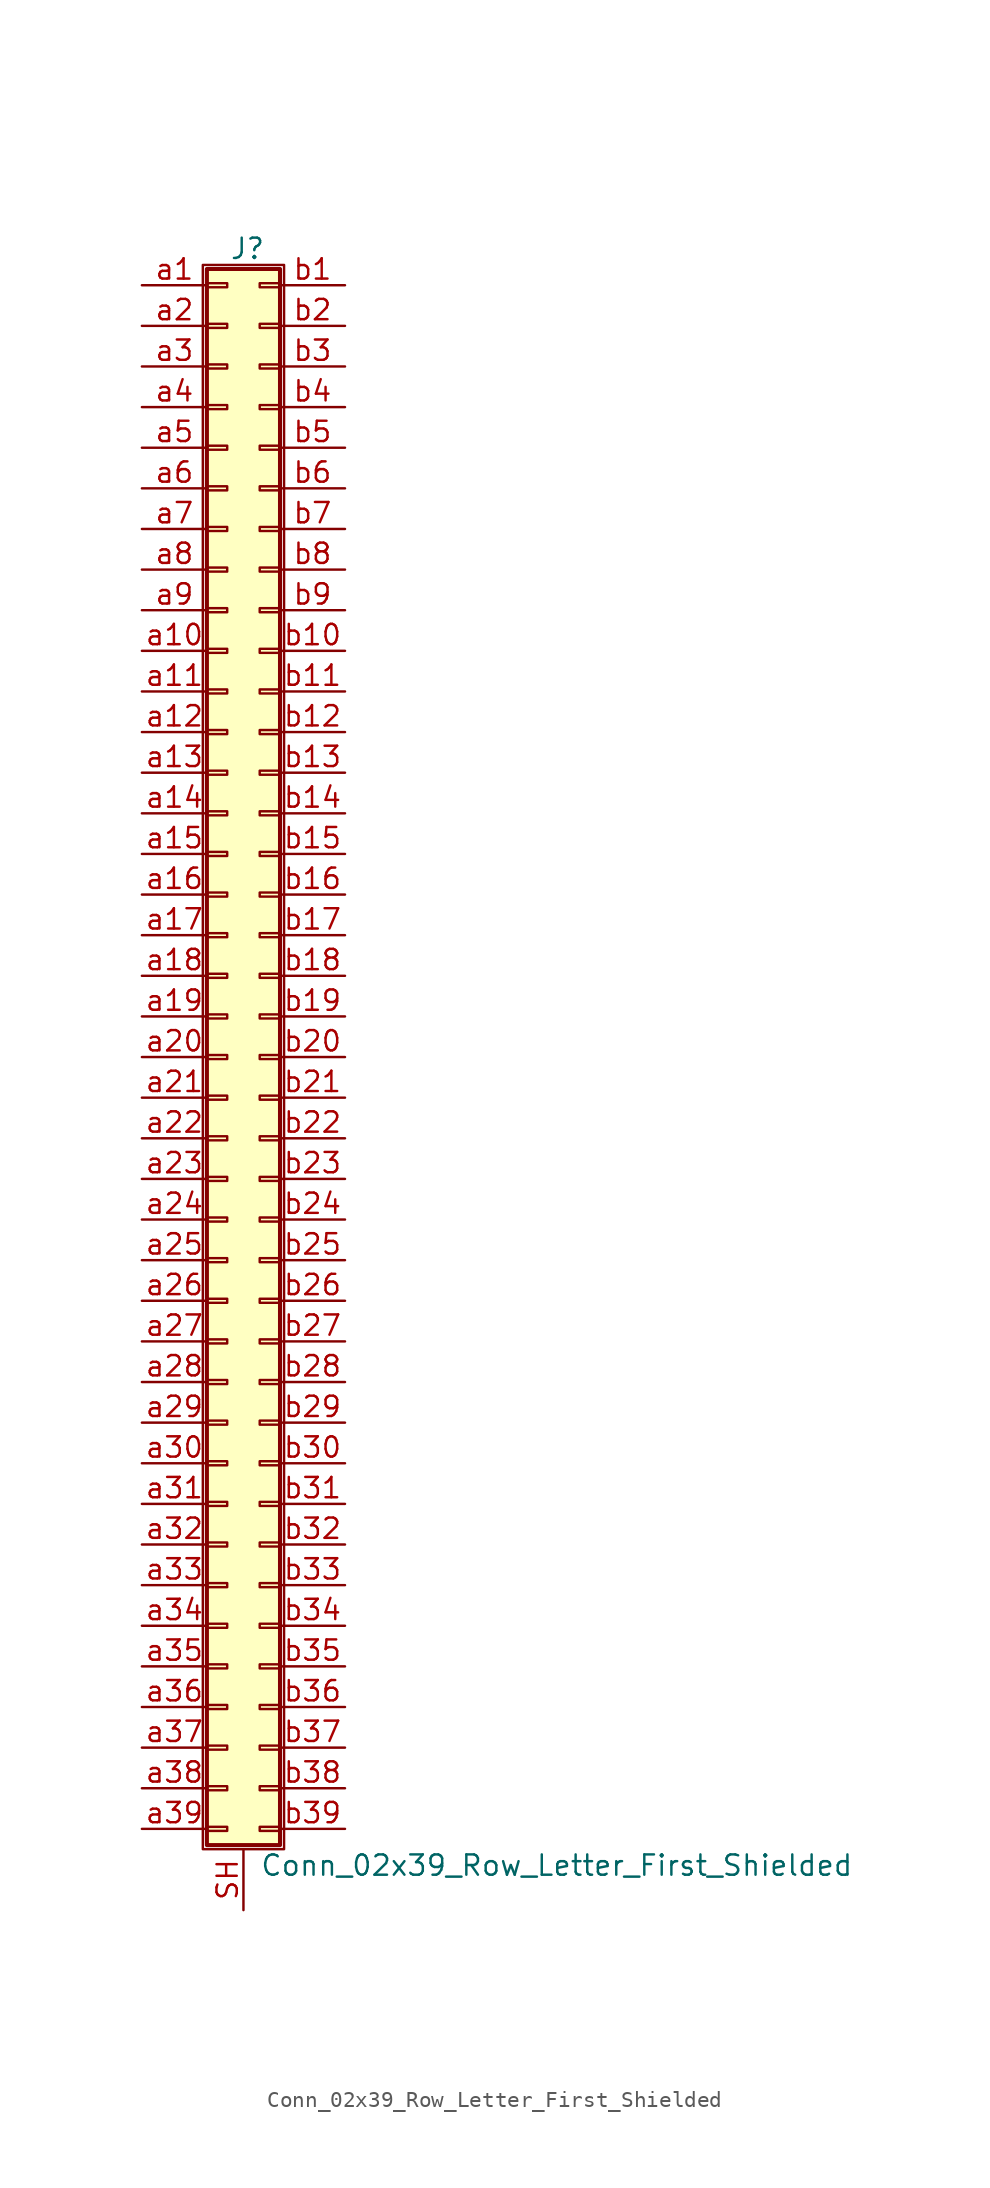
<source format=kicad_sym>
(kicad_symbol_lib
  (version 20201005)
  (generator kicad_symbol_editor)
  (symbol "Connector_Generic_Shielded:Conn_02x39_Row_Letter_First_Shielded"
    (pin_names
      (offset 1.016) hide)
    (property "Reference" "J"
      (at 1.524 50.546 0)
      (effects (font (size 1.27 1.27))))
    (property "Value" "Conn_02x39_Row_Letter_First_Shielded"
      (at 2.286 -50.546 0)
      (effects (font (size 1.27 1.27)) (justify left)))
    (symbol "Conn_02x39_Row_Letter_First_Shielded_1_1"
      (rectangle (start -1.016 -27.813) (end 0.254 -28.067) (stroke (width 0.152)) (fill (type none)))
      (rectangle (start -1.016 -30.353) (end 0.254 -30.607) (stroke (width 0.152)) (fill (type none)))
      (rectangle (start -1.016 -32.893) (end 0.254 -33.147) (stroke (width 0.152)) (fill (type none)))
      (rectangle (start -1.016 -35.433) (end 0.254 -35.687) (stroke (width 0.152)) (fill (type none)))
      (rectangle (start -1.016 -37.973) (end 0.254 -38.227) (stroke (width 0.152)) (fill (type none)))
      (rectangle (start -1.016 -40.513) (end 0.254 -40.767) (stroke (width 0.152)) (fill (type none)))
      (rectangle (start -1.016 -43.053) (end 0.254 -43.307) (stroke (width 0.152)) (fill (type none)))
      (rectangle (start -1.016 -45.593) (end 0.254 -45.847) (stroke (width 0.152)) (fill (type none)))
      (rectangle (start -1.016 -48.133) (end 0.254 -48.387) (stroke (width 0.152)) (fill (type none)))
      (rectangle (start -1.016 -4.953) (end 0.254 -5.207) (stroke (width 0.152)) (fill (type none)))
      (rectangle (start -1.016 -7.493) (end 0.254 -7.747) (stroke (width 0.152)) (fill (type none)))
      (rectangle (start -1.016 -10.033) (end 0.254 -10.287) (stroke (width 0.152)) (fill (type none)))
      (rectangle (start -1.016 -12.573) (end 0.254 -12.827) (stroke (width 0.152)) (fill (type none)))
      (rectangle (start -1.016 -15.113) (end 0.254 -15.367) (stroke (width 0.152)) (fill (type none)))
      (rectangle (start -1.016 -17.653) (end 0.254 -17.907) (stroke (width 0.152)) (fill (type none)))
      (rectangle (start -1.016 -20.193) (end 0.254 -20.447) (stroke (width 0.152)) (fill (type none)))
      (rectangle (start -1.016 -22.733) (end 0.254 -22.987) (stroke (width 0.152)) (fill (type none)))
      (rectangle (start -1.016 -2.413) (end 0.254 -2.667) (stroke (width 0.152)) (fill (type none)))
      (rectangle (start -1.016 -25.273) (end 0.254 -25.527) (stroke (width 0.152)) (fill (type none)))
      (rectangle (start -1.016 25.527) (end 0.254 25.273) (stroke (width 0.152)) (fill (type none)))
      (rectangle (start -1.016 2.667) (end 0.254 2.413) (stroke (width 0.152)) (fill (type none)))
      (rectangle (start -1.016 28.067) (end 0.254 27.813) (stroke (width 0.152)) (fill (type none)))
      (rectangle (start -1.016 30.607) (end 0.254 30.353) (stroke (width 0.152)) (fill (type none)))
      (rectangle (start -1.016 33.147) (end 0.254 32.893) (stroke (width 0.152)) (fill (type none)))
      (rectangle (start -1.016 35.687) (end 0.254 35.433) (stroke (width 0.152)) (fill (type none)))
      (rectangle (start -1.016 38.227) (end 0.254 37.973) (stroke (width 0.152)) (fill (type none)))
      (rectangle (start -1.016 40.767) (end 0.254 40.513) (stroke (width 0.152)) (fill (type none)))
      (rectangle (start -1.016 43.307) (end 0.254 43.053) (stroke (width 0.152)) (fill (type none)))
      (rectangle (start -1.016 45.847) (end 0.254 45.593) (stroke (width 0.152)) (fill (type none)))
      (rectangle (start -1.016 48.387) (end 0.254 48.133) (stroke (width 0.152)) (fill (type none)))
      (rectangle (start -1.016 49.276) (end 3.556 -49.276) (stroke (width 0.254)) (fill (type background)))
      (rectangle (start -1.016 5.207) (end 0.254 4.953) (stroke (width 0.152)) (fill (type none)))
      (rectangle (start -1.016 7.747) (end 0.254 7.493) (stroke (width 0.152)) (fill (type none)))
      (rectangle (start -1.016 10.287) (end 0.254 10.033) (stroke (width 0.152)) (fill (type none)))
      (rectangle (start -1.016 0.127) (end 0.254 -0.127) (stroke (width 0.152)) (fill (type none)))
      (rectangle (start -1.016 12.827) (end 0.254 12.573) (stroke (width 0.152)) (fill (type none)))
      (rectangle (start -1.016 15.367) (end 0.254 15.113) (stroke (width 0.152)) (fill (type none)))
      (rectangle (start -1.016 17.907) (end 0.254 17.653) (stroke (width 0.152)) (fill (type none)))
      (rectangle (start -1.016 20.447) (end 0.254 20.193) (stroke (width 0.152)) (fill (type none)))
      (rectangle (start -1.016 22.987) (end 0.254 22.733) (stroke (width 0.152)) (fill (type none)))
      (rectangle (start -1.27 49.53) (end 3.81 -49.53) (stroke (width 0.152)) (fill (type none)))
      (rectangle (start 3.556 -27.813) (end 2.286 -28.067) (stroke (width 0.152)) (fill (type none)))
      (rectangle (start 3.556 -30.353) (end 2.286 -30.607) (stroke (width 0.152)) (fill (type none)))
      (rectangle (start 3.556 -32.893) (end 2.286 -33.147) (stroke (width 0.152)) (fill (type none)))
      (rectangle (start 3.556 -35.433) (end 2.286 -35.687) (stroke (width 0.152)) (fill (type none)))
      (rectangle (start 3.556 -37.973) (end 2.286 -38.227) (stroke (width 0.152)) (fill (type none)))
      (rectangle (start 3.556 -40.513) (end 2.286 -40.767) (stroke (width 0.152)) (fill (type none)))
      (rectangle (start 3.556 -43.053) (end 2.286 -43.307) (stroke (width 0.152)) (fill (type none)))
      (rectangle (start 3.556 -45.593) (end 2.286 -45.847) (stroke (width 0.152)) (fill (type none)))
      (rectangle (start 3.556 -48.133) (end 2.286 -48.387) (stroke (width 0.152)) (fill (type none)))
      (rectangle (start 3.556 -4.953) (end 2.286 -5.207) (stroke (width 0.152)) (fill (type none)))
      (rectangle (start 3.556 -7.493) (end 2.286 -7.747) (stroke (width 0.152)) (fill (type none)))
      (rectangle (start 3.556 -10.033) (end 2.286 -10.287) (stroke (width 0.152)) (fill (type none)))
      (rectangle (start 3.556 -12.573) (end 2.286 -12.827) (stroke (width 0.152)) (fill (type none)))
      (rectangle (start 3.556 -15.113) (end 2.286 -15.367) (stroke (width 0.152)) (fill (type none)))
      (rectangle (start 3.556 -17.653) (end 2.286 -17.907) (stroke (width 0.152)) (fill (type none)))
      (rectangle (start 3.556 -20.193) (end 2.286 -20.447) (stroke (width 0.152)) (fill (type none)))
      (rectangle (start 3.556 -22.733) (end 2.286 -22.987) (stroke (width 0.152)) (fill (type none)))
      (rectangle (start 3.556 -2.413) (end 2.286 -2.667) (stroke (width 0.152)) (fill (type none)))
      (rectangle (start 3.556 -25.273) (end 2.286 -25.527) (stroke (width 0.152)) (fill (type none)))
      (rectangle (start 3.556 25.527) (end 2.286 25.273) (stroke (width 0.152)) (fill (type none)))
      (rectangle (start 3.556 2.667) (end 2.286 2.413) (stroke (width 0.152)) (fill (type none)))
      (rectangle (start 3.556 28.067) (end 2.286 27.813) (stroke (width 0.152)) (fill (type none)))
      (rectangle (start 3.556 30.607) (end 2.286 30.353) (stroke (width 0.152)) (fill (type none)))
      (rectangle (start 3.556 33.147) (end 2.286 32.893) (stroke (width 0.152)) (fill (type none)))
      (rectangle (start 3.556 35.687) (end 2.286 35.433) (stroke (width 0.152)) (fill (type none)))
      (rectangle (start 3.556 38.227) (end 2.286 37.973) (stroke (width 0.152)) (fill (type none)))
      (rectangle (start 3.556 40.767) (end 2.286 40.513) (stroke (width 0.152)) (fill (type none)))
      (rectangle (start 3.556 43.307) (end 2.286 43.053) (stroke (width 0.152)) (fill (type none)))
      (rectangle (start 3.556 45.847) (end 2.286 45.593) (stroke (width 0.152)) (fill (type none)))
      (rectangle (start 3.556 48.387) (end 2.286 48.133) (stroke (width 0.152)) (fill (type none)))
      (rectangle (start 3.556 5.207) (end 2.286 4.953) (stroke (width 0.152)) (fill (type none)))
      (rectangle (start 3.556 7.747) (end 2.286 7.493) (stroke (width 0.152)) (fill (type none)))
      (rectangle (start 3.556 10.287) (end 2.286 10.033) (stroke (width 0.152)) (fill (type none)))
      (rectangle (start 3.556 0.127) (end 2.286 -0.127) (stroke (width 0.152)) (fill (type none)))
      (rectangle (start 3.556 12.827) (end 2.286 12.573) (stroke (width 0.152)) (fill (type none)))
      (rectangle (start 3.556 15.367) (end 2.286 15.113) (stroke (width 0.152)) (fill (type none)))
      (rectangle (start 3.556 17.907) (end 2.286 17.653) (stroke (width 0.152)) (fill (type none)))
      (rectangle (start 3.556 20.447) (end 2.286 20.193) (stroke (width 0.152)) (fill (type none)))
      (rectangle (start 3.556 22.987) (end 2.286 22.733) (stroke (width 0.152)) (fill (type none)))
      (pin passive line (at -5.08 48.26 0) (length 4.064) (name "Pin_a1" (effects (font (size 1.27 1.27)))) (number "a1" (effects (font (size 1.27 1.27)))))
      (pin passive line (at -5.08 25.4 0) (length 4.064) (name "Pin_a10" (effects (font (size 1.27 1.27)))) (number "a10" (effects (font (size 1.27 1.27)))))
      (pin passive line (at -5.08 22.86 0) (length 4.064) (name "Pin_a11" (effects (font (size 1.27 1.27)))) (number "a11" (effects (font (size 1.27 1.27)))))
      (pin passive line (at -5.08 20.32 0) (length 4.064) (name "Pin_a12" (effects (font (size 1.27 1.27)))) (number "a12" (effects (font (size 1.27 1.27)))))
      (pin passive line (at -5.08 17.78 0) (length 4.064) (name "Pin_a13" (effects (font (size 1.27 1.27)))) (number "a13" (effects (font (size 1.27 1.27)))))
      (pin passive line (at -5.08 15.24 0) (length 4.064) (name "Pin_a14" (effects (font (size 1.27 1.27)))) (number "a14" (effects (font (size 1.27 1.27)))))
      (pin passive line (at -5.08 12.7 0) (length 4.064) (name "Pin_a15" (effects (font (size 1.27 1.27)))) (number "a15" (effects (font (size 1.27 1.27)))))
      (pin passive line (at -5.08 10.16 0) (length 4.064) (name "Pin_a16" (effects (font (size 1.27 1.27)))) (number "a16" (effects (font (size 1.27 1.27)))))
      (pin passive line (at -5.08 7.62 0) (length 4.064) (name "Pin_a17" (effects (font (size 1.27 1.27)))) (number "a17" (effects (font (size 1.27 1.27)))))
      (pin passive line (at -5.08 5.08 0) (length 4.064) (name "Pin_a18" (effects (font (size 1.27 1.27)))) (number "a18" (effects (font (size 1.27 1.27)))))
      (pin passive line (at -5.08 2.54 0) (length 4.064) (name "Pin_a19" (effects (font (size 1.27 1.27)))) (number "a19" (effects (font (size 1.27 1.27)))))
      (pin passive line (at -5.08 45.72 0) (length 4.064) (name "Pin_a2" (effects (font (size 1.27 1.27)))) (number "a2" (effects (font (size 1.27 1.27)))))
      (pin passive line (at -5.08 0 0) (length 4.064) (name "Pin_a20" (effects (font (size 1.27 1.27)))) (number "a20" (effects (font (size 1.27 1.27)))))
      (pin passive line (at -5.08 -2.54 0) (length 4.064) (name "Pin_a21" (effects (font (size 1.27 1.27)))) (number "a21" (effects (font (size 1.27 1.27)))))
      (pin passive line (at -5.08 -5.08 0) (length 4.064) (name "Pin_a22" (effects (font (size 1.27 1.27)))) (number "a22" (effects (font (size 1.27 1.27)))))
      (pin passive line (at -5.08 -7.62 0) (length 4.064) (name "Pin_a23" (effects (font (size 1.27 1.27)))) (number "a23" (effects (font (size 1.27 1.27)))))
      (pin passive line (at -5.08 -10.16 0) (length 4.064) (name "Pin_a24" (effects (font (size 1.27 1.27)))) (number "a24" (effects (font (size 1.27 1.27)))))
      (pin passive line (at -5.08 -12.7 0) (length 4.064) (name "Pin_a25" (effects (font (size 1.27 1.27)))) (number "a25" (effects (font (size 1.27 1.27)))))
      (pin passive line (at -5.08 -15.24 0) (length 4.064) (name "Pin_a26" (effects (font (size 1.27 1.27)))) (number "a26" (effects (font (size 1.27 1.27)))))
      (pin passive line (at -5.08 -17.78 0) (length 4.064) (name "Pin_a27" (effects (font (size 1.27 1.27)))) (number "a27" (effects (font (size 1.27 1.27)))))
      (pin passive line (at -5.08 -20.32 0) (length 4.064) (name "Pin_a28" (effects (font (size 1.27 1.27)))) (number "a28" (effects (font (size 1.27 1.27)))))
      (pin passive line (at -5.08 -22.86 0) (length 4.064) (name "Pin_a29" (effects (font (size 1.27 1.27)))) (number "a29" (effects (font (size 1.27 1.27)))))
      (pin passive line (at -5.08 43.18 0) (length 4.064) (name "Pin_a3" (effects (font (size 1.27 1.27)))) (number "a3" (effects (font (size 1.27 1.27)))))
      (pin passive line (at -5.08 -25.4 0) (length 4.064) (name "Pin_a30" (effects (font (size 1.27 1.27)))) (number "a30" (effects (font (size 1.27 1.27)))))
      (pin passive line (at -5.08 -27.94 0) (length 4.064) (name "Pin_a31" (effects (font (size 1.27 1.27)))) (number "a31" (effects (font (size 1.27 1.27)))))
      (pin passive line (at -5.08 -30.48 0) (length 4.064) (name "Pin_a32" (effects (font (size 1.27 1.27)))) (number "a32" (effects (font (size 1.27 1.27)))))
      (pin passive line (at -5.08 -33.02 0) (length 4.064) (name "Pin_a33" (effects (font (size 1.27 1.27)))) (number "a33" (effects (font (size 1.27 1.27)))))
      (pin passive line (at -5.08 -35.56 0) (length 4.064) (name "Pin_a34" (effects (font (size 1.27 1.27)))) (number "a34" (effects (font (size 1.27 1.27)))))
      (pin passive line (at -5.08 -38.1 0) (length 4.064) (name "Pin_a35" (effects (font (size 1.27 1.27)))) (number "a35" (effects (font (size 1.27 1.27)))))
      (pin passive line (at -5.08 -40.64 0) (length 4.064) (name "Pin_a36" (effects (font (size 1.27 1.27)))) (number "a36" (effects (font (size 1.27 1.27)))))
      (pin passive line (at -5.08 -43.18 0) (length 4.064) (name "Pin_a37" (effects (font (size 1.27 1.27)))) (number "a37" (effects (font (size 1.27 1.27)))))
      (pin passive line (at -5.08 -45.72 0) (length 4.064) (name "Pin_a38" (effects (font (size 1.27 1.27)))) (number "a38" (effects (font (size 1.27 1.27)))))
      (pin passive line (at -5.08 -48.26 0) (length 4.064) (name "Pin_a39" (effects (font (size 1.27 1.27)))) (number "a39" (effects (font (size 1.27 1.27)))))
      (pin passive line (at -5.08 40.64 0) (length 4.064) (name "Pin_a4" (effects (font (size 1.27 1.27)))) (number "a4" (effects (font (size 1.27 1.27)))))
      (pin passive line (at -5.08 38.1 0) (length 4.064) (name "Pin_a5" (effects (font (size 1.27 1.27)))) (number "a5" (effects (font (size 1.27 1.27)))))
      (pin passive line (at -5.08 35.56 0) (length 4.064) (name "Pin_a6" (effects (font (size 1.27 1.27)))) (number "a6" (effects (font (size 1.27 1.27)))))
      (pin passive line (at -5.08 33.02 0) (length 4.064) (name "Pin_a7" (effects (font (size 1.27 1.27)))) (number "a7" (effects (font (size 1.27 1.27)))))
      (pin passive line (at -5.08 30.48 0) (length 4.064) (name "Pin_a8" (effects (font (size 1.27 1.27)))) (number "a8" (effects (font (size 1.27 1.27)))))
      (pin passive line (at -5.08 27.94 0) (length 4.064) (name "Pin_a9" (effects (font (size 1.27 1.27)))) (number "a9" (effects (font (size 1.27 1.27)))))
      (pin passive line (at 7.62 48.26 180) (length 4.064) (name "Pin_b1" (effects (font (size 1.27 1.27)))) (number "b1" (effects (font (size 1.27 1.27)))))
      (pin passive line (at 7.62 25.4 180) (length 4.064) (name "Pin_b10" (effects (font (size 1.27 1.27)))) (number "b10" (effects (font (size 1.27 1.27)))))
      (pin passive line (at 7.62 22.86 180) (length 4.064) (name "Pin_b11" (effects (font (size 1.27 1.27)))) (number "b11" (effects (font (size 1.27 1.27)))))
      (pin passive line (at 7.62 20.32 180) (length 4.064) (name "Pin_b12" (effects (font (size 1.27 1.27)))) (number "b12" (effects (font (size 1.27 1.27)))))
      (pin passive line (at 7.62 17.78 180) (length 4.064) (name "Pin_b13" (effects (font (size 1.27 1.27)))) (number "b13" (effects (font (size 1.27 1.27)))))
      (pin passive line (at 7.62 15.24 180) (length 4.064) (name "Pin_b14" (effects (font (size 1.27 1.27)))) (number "b14" (effects (font (size 1.27 1.27)))))
      (pin passive line (at 7.62 12.7 180) (length 4.064) (name "Pin_b15" (effects (font (size 1.27 1.27)))) (number "b15" (effects (font (size 1.27 1.27)))))
      (pin passive line (at 7.62 10.16 180) (length 4.064) (name "Pin_b16" (effects (font (size 1.27 1.27)))) (number "b16" (effects (font (size 1.27 1.27)))))
      (pin passive line (at 7.62 7.62 180) (length 4.064) (name "Pin_b17" (effects (font (size 1.27 1.27)))) (number "b17" (effects (font (size 1.27 1.27)))))
      (pin passive line (at 7.62 5.08 180) (length 4.064) (name "Pin_b18" (effects (font (size 1.27 1.27)))) (number "b18" (effects (font (size 1.27 1.27)))))
      (pin passive line (at 7.62 2.54 180) (length 4.064) (name "Pin_b19" (effects (font (size 1.27 1.27)))) (number "b19" (effects (font (size 1.27 1.27)))))
      (pin passive line (at 7.62 45.72 180) (length 4.064) (name "Pin_b2" (effects (font (size 1.27 1.27)))) (number "b2" (effects (font (size 1.27 1.27)))))
      (pin passive line (at 7.62 0 180) (length 4.064) (name "Pin_b20" (effects (font (size 1.27 1.27)))) (number "b20" (effects (font (size 1.27 1.27)))))
      (pin passive line (at 7.62 -2.54 180) (length 4.064) (name "Pin_b21" (effects (font (size 1.27 1.27)))) (number "b21" (effects (font (size 1.27 1.27)))))
      (pin passive line (at 7.62 -5.08 180) (length 4.064) (name "Pin_b22" (effects (font (size 1.27 1.27)))) (number "b22" (effects (font (size 1.27 1.27)))))
      (pin passive line (at 7.62 -7.62 180) (length 4.064) (name "Pin_b23" (effects (font (size 1.27 1.27)))) (number "b23" (effects (font (size 1.27 1.27)))))
      (pin passive line (at 7.62 -10.16 180) (length 4.064) (name "Pin_b24" (effects (font (size 1.27 1.27)))) (number "b24" (effects (font (size 1.27 1.27)))))
      (pin passive line (at 7.62 -12.7 180) (length 4.064) (name "Pin_b25" (effects (font (size 1.27 1.27)))) (number "b25" (effects (font (size 1.27 1.27)))))
      (pin passive line (at 7.62 -15.24 180) (length 4.064) (name "Pin_b26" (effects (font (size 1.27 1.27)))) (number "b26" (effects (font (size 1.27 1.27)))))
      (pin passive line (at 7.62 -17.78 180) (length 4.064) (name "Pin_b27" (effects (font (size 1.27 1.27)))) (number "b27" (effects (font (size 1.27 1.27)))))
      (pin passive line (at 7.62 -20.32 180) (length 4.064) (name "Pin_b28" (effects (font (size 1.27 1.27)))) (number "b28" (effects (font (size 1.27 1.27)))))
      (pin passive line (at 7.62 -22.86 180) (length 4.064) (name "Pin_b29" (effects (font (size 1.27 1.27)))) (number "b29" (effects (font (size 1.27 1.27)))))
      (pin passive line (at 7.62 43.18 180) (length 4.064) (name "Pin_b3" (effects (font (size 1.27 1.27)))) (number "b3" (effects (font (size 1.27 1.27)))))
      (pin passive line (at 7.62 -25.4 180) (length 4.064) (name "Pin_b30" (effects (font (size 1.27 1.27)))) (number "b30" (effects (font (size 1.27 1.27)))))
      (pin passive line (at 7.62 -27.94 180) (length 4.064) (name "Pin_b31" (effects (font (size 1.27 1.27)))) (number "b31" (effects (font (size 1.27 1.27)))))
      (pin passive line (at 7.62 -30.48 180) (length 4.064) (name "Pin_b32" (effects (font (size 1.27 1.27)))) (number "b32" (effects (font (size 1.27 1.27)))))
      (pin passive line (at 7.62 -33.02 180) (length 4.064) (name "Pin_b33" (effects (font (size 1.27 1.27)))) (number "b33" (effects (font (size 1.27 1.27)))))
      (pin passive line (at 7.62 -35.56 180) (length 4.064) (name "Pin_b34" (effects (font (size 1.27 1.27)))) (number "b34" (effects (font (size 1.27 1.27)))))
      (pin passive line (at 7.62 -38.1 180) (length 4.064) (name "Pin_b35" (effects (font (size 1.27 1.27)))) (number "b35" (effects (font (size 1.27 1.27)))))
      (pin passive line (at 7.62 -40.64 180) (length 4.064) (name "Pin_b36" (effects (font (size 1.27 1.27)))) (number "b36" (effects (font (size 1.27 1.27)))))
      (pin passive line (at 7.62 -43.18 180) (length 4.064) (name "Pin_b37" (effects (font (size 1.27 1.27)))) (number "b37" (effects (font (size 1.27 1.27)))))
      (pin passive line (at 7.62 -45.72 180) (length 4.064) (name "Pin_b38" (effects (font (size 1.27 1.27)))) (number "b38" (effects (font (size 1.27 1.27)))))
      (pin passive line (at 7.62 -48.26 180) (length 4.064) (name "Pin_b39" (effects (font (size 1.27 1.27)))) (number "b39" (effects (font (size 1.27 1.27)))))
      (pin passive line (at 7.62 40.64 180) (length 4.064) (name "Pin_b4" (effects (font (size 1.27 1.27)))) (number "b4" (effects (font (size 1.27 1.27)))))
      (pin passive line (at 7.62 38.1 180) (length 4.064) (name "Pin_b5" (effects (font (size 1.27 1.27)))) (number "b5" (effects (font (size 1.27 1.27)))))
      (pin passive line (at 7.62 35.56 180) (length 4.064) (name "Pin_b6" (effects (font (size 1.27 1.27)))) (number "b6" (effects (font (size 1.27 1.27)))))
      (pin passive line (at 7.62 33.02 180) (length 4.064) (name "Pin_b7" (effects (font (size 1.27 1.27)))) (number "b7" (effects (font (size 1.27 1.27)))))
      (pin passive line (at 7.62 30.48 180) (length 4.064) (name "Pin_b8" (effects (font (size 1.27 1.27)))) (number "b8" (effects (font (size 1.27 1.27)))))
      (pin passive line (at 7.62 27.94 180) (length 4.064) (name "Pin_b9" (effects (font (size 1.27 1.27)))) (number "b9" (effects (font (size 1.27 1.27)))))
      (pin passive line (at 1.27 -53.34 90) (length 3.81) (name "Shield" (effects (font (size 1.27 1.27)))) (number "SH" (effects (font (size 1.27 1.27))))))))
</source>
